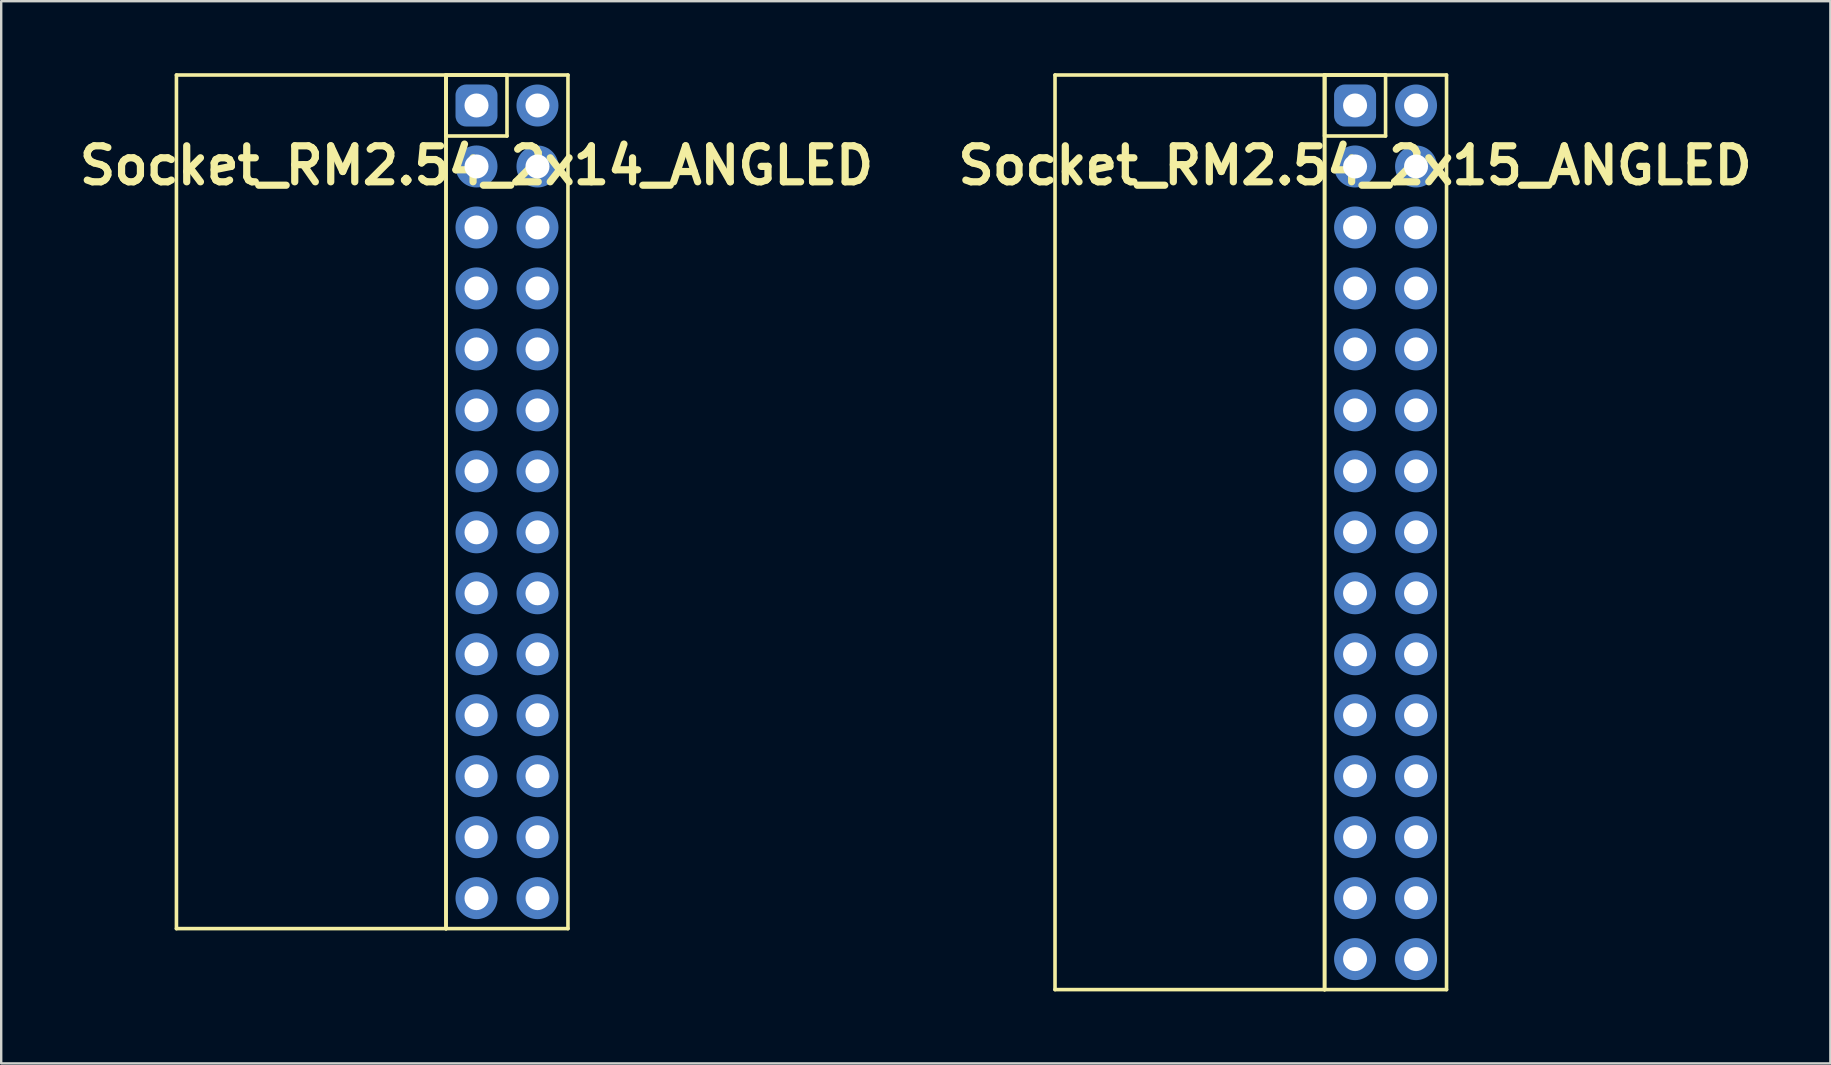
<source format=kicad_pcb>
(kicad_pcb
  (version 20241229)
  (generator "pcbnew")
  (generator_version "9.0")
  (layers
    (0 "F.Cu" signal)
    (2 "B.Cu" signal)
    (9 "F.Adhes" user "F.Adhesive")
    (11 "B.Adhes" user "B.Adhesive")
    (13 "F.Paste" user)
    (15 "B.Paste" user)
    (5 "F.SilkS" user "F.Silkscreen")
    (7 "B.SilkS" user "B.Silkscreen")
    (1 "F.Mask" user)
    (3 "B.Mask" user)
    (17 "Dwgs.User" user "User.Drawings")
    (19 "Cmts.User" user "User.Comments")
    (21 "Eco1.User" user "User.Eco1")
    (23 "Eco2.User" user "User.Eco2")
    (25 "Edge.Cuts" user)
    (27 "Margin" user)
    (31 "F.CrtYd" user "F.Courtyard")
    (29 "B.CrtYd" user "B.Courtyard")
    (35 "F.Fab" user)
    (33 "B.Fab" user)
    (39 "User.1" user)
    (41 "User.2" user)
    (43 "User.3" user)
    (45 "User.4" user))
  (footprint "Socket_RM2.54_2x15_ANGLED"
    (layer "F.Cu")
    (at 53.4 1.345)
    (property "Reference" "Socket_RM2.54_2x15_ANGLED" (at 0 2.5 0) (layer "F.SilkS") (effects (font (size 1.5 1.5) (thickness 0.3))))
    (attr through_hole)
    (fp_line (start -12.5 -1.27) (end -1.27 -1.27) (stroke (width 0.15) (type solid)) (layer "F.SilkS"))
    (fp_line (start -12.5 36.83) (end -12.5 -1.27) (stroke (width 0.15) (type solid)) (layer "F.SilkS"))
    (fp_line (start -1.27 -1.27) (end -1.27 36.83) (stroke (width 0.15) (type solid)) (layer "F.SilkS"))
    (fp_line (start -1.27 -1.27) (end 1.27 -1.27) (stroke (width 0.15) (type solid)) (layer "F.SilkS"))
    (fp_line (start -1.27 -1.27) (end 3.81 -1.27) (stroke (width 0.15) (type solid)) (layer "F.SilkS"))
    (fp_line (start -1.27 1.27) (end -1.27 -1.27) (stroke (width 0.15) (type solid)) (layer "F.SilkS"))
    (fp_line (start -1.27 36.83) (end -12.5 36.83) (stroke (width 0.15) (type solid)) (layer "F.SilkS"))
    (fp_line (start -1.27 36.83) (end -1.27 -1.27) (stroke (width 0.15) (type solid)) (layer "F.SilkS"))
    (fp_line (start 1.27 -1.27) (end 1.27 1.27) (stroke (width 0.15) (type solid)) (layer "F.SilkS"))
    (fp_line (start 1.27 1.27) (end -1.27 1.27) (stroke (width 0.15) (type solid)) (layer "F.SilkS"))
    (fp_line (start 3.81 -1.27) (end 3.81 36.83) (stroke (width 0.15) (type solid)) (layer "F.SilkS"))
    (fp_line (start 3.81 36.83) (end -1.27 36.83) (stroke (width 0.15) (type solid)) (layer "F.SilkS"))
    (pad "1" thru_hole circle (at 0 0) (size 1.3 1.3) (drill 1) (layers "*.Cu" "*.Mask"))
    (pad "1" smd roundrect (at 0 0) (size 1.5 1.5) (layers "F.Cu" "F.Mask") (roundrect_rratio 0.25))
    (pad "1" smd roundrect (at 0 0) (size 1.75 1.75) (layers "B.Cu" "B.Mask") (roundrect_rratio 0.25))
    (pad "2" thru_hole circle (at 2.54 0) (size 1.3 1.3) (drill 1) (layers "*.Cu" "*.Mask"))
    (pad "2" smd circle (at 2.54 0) (size 1.5 1.5) (layers "F.Cu" "F.Mask"))
    (pad "2" smd circle (at 2.54 0) (size 1.75 1.75) (layers "B.Cu" "B.Mask"))
    (pad "3" thru_hole circle (at 0 2.54) (size 1.3 1.3) (drill 1) (layers "*.Cu" "*.Mask"))
    (pad "3" smd circle (at 0 2.54) (size 1.5 1.5) (layers "F.Cu" "F.Mask"))
    (pad "3" smd circle (at 0 2.54) (size 1.75 1.75) (layers "B.Cu" "B.Mask"))
    (pad "4" thru_hole circle (at 2.54 2.54) (size 1.3 1.3) (drill 1) (layers "*.Cu" "*.Mask"))
    (pad "4" smd circle (at 2.54 2.54) (size 1.5 1.5) (layers "F.Cu" "F.Mask"))
    (pad "4" smd circle (at 2.54 2.54) (size 1.75 1.75) (layers "B.Cu" "B.Mask"))
    (pad "5" thru_hole circle (at 0 5.08) (size 1.3 1.3) (drill 1) (layers "*.Cu" "*.Mask"))
    (pad "5" smd circle (at 0 5.08) (size 1.5 1.5) (layers "F.Cu" "F.Mask"))
    (pad "5" smd circle (at 0 5.08) (size 1.75 1.75) (layers "B.Cu" "B.Mask"))
    (pad "6" thru_hole circle (at 2.54 5.08) (size 1.3 1.3) (drill 1) (layers "*.Cu" "*.Mask"))
    (pad "6" smd circle (at 2.54 5.08) (size 1.5 1.5) (layers "F.Cu" "F.Mask"))
    (pad "6" smd circle (at 2.54 5.08) (size 1.75 1.75) (layers "B.Cu" "B.Mask"))
    (pad "7" thru_hole circle (at 0 7.62) (size 1.3 1.3) (drill 1) (layers "*.Cu" "*.Mask"))
    (pad "7" smd circle (at 0 7.62) (size 1.5 1.5) (layers "F.Cu" "F.Mask"))
    (pad "7" smd circle (at 0 7.62) (size 1.75 1.75) (layers "B.Cu" "B.Mask"))
    (pad "8" thru_hole circle (at 2.54 7.62) (size 1.3 1.3) (drill 1) (layers "*.Cu" "*.Mask"))
    (pad "8" smd circle (at 2.54 7.62) (size 1.5 1.5) (layers "F.Cu" "F.Mask"))
    (pad "8" smd circle (at 2.54 7.62) (size 1.75 1.75) (layers "B.Cu" "B.Mask"))
    (pad "9" thru_hole circle (at 0 10.16) (size 1.3 1.3) (drill 1) (layers "*.Cu" "*.Mask"))
    (pad "9" smd circle (at 0 10.16) (size 1.5 1.5) (layers "F.Cu" "F.Mask"))
    (pad "9" smd circle (at 0 10.16) (size 1.75 1.75) (layers "B.Cu" "B.Mask"))
    (pad "10" thru_hole circle (at 2.54 10.16) (size 1.3 1.3) (drill 1) (layers "*.Cu" "*.Mask"))
    (pad "10" smd circle (at 2.54 10.16) (size 1.5 1.5) (layers "F.Cu" "F.Mask"))
    (pad "10" smd circle (at 2.54 10.16) (size 1.75 1.75) (layers "B.Cu" "B.Mask"))
    (pad "11" thru_hole circle (at 0 12.7) (size 1.3 1.3) (drill 1) (layers "*.Cu" "*.Mask"))
    (pad "11" smd circle (at 0 12.7) (size 1.5 1.5) (layers "F.Cu" "F.Mask"))
    (pad "11" smd circle (at 0 12.7) (size 1.75 1.75) (layers "B.Cu" "B.Mask"))
    (pad "12" thru_hole circle (at 2.54 12.7) (size 1.3 1.3) (drill 1) (layers "*.Cu" "*.Mask"))
    (pad "12" smd circle (at 2.54 12.7) (size 1.5 1.5) (layers "F.Cu" "F.Mask"))
    (pad "12" smd circle (at 2.54 12.7) (size 1.75 1.75) (layers "B.Cu" "B.Mask"))
    (pad "13" thru_hole circle (at 0 15.24) (size 1.3 1.3) (drill 1) (layers "*.Cu" "*.Mask"))
    (pad "13" smd circle (at 0 15.24) (size 1.5 1.5) (layers "F.Cu" "F.Mask"))
    (pad "13" smd circle (at 0 15.24) (size 1.75 1.75) (layers "B.Cu" "B.Mask"))
    (pad "14" thru_hole circle (at 2.54 15.24) (size 1.3 1.3) (drill 1) (layers "*.Cu" "*.Mask"))
    (pad "14" smd circle (at 2.54 15.24) (size 1.5 1.5) (layers "F.Cu" "F.Mask"))
    (pad "14" smd circle (at 2.54 15.24) (size 1.75 1.75) (layers "B.Cu" "B.Mask"))
    (pad "15" thru_hole circle (at 0 17.78) (size 1.3 1.3) (drill 1) (layers "*.Cu" "*.Mask"))
    (pad "15" smd circle (at 0 17.78) (size 1.5 1.5) (layers "F.Cu" "F.Mask"))
    (pad "15" smd circle (at 0 17.78) (size 1.75 1.75) (layers "B.Cu" "B.Mask"))
    (pad "16" thru_hole circle (at 2.54 17.78) (size 1.3 1.3) (drill 1) (layers "*.Cu" "*.Mask"))
    (pad "16" smd circle (at 2.54 17.78) (size 1.5 1.5) (layers "F.Cu" "F.Mask"))
    (pad "16" smd circle (at 2.54 17.78) (size 1.75 1.75) (layers "B.Cu" "B.Mask"))
    (pad "17" thru_hole circle (at 0 20.32) (size 1.3 1.3) (drill 1) (layers "*.Cu" "*.Mask"))
    (pad "17" smd circle (at 0 20.32) (size 1.5 1.5) (layers "F.Cu" "F.Mask"))
    (pad "17" smd circle (at 0 20.32) (size 1.75 1.75) (layers "B.Cu" "B.Mask"))
    (pad "18" thru_hole circle (at 2.54 20.32) (size 1.3 1.3) (drill 1) (layers "*.Cu" "*.Mask"))
    (pad "18" smd circle (at 2.54 20.32) (size 1.5 1.5) (layers "F.Cu" "F.Mask"))
    (pad "18" smd circle (at 2.54 20.32) (size 1.75 1.75) (layers "B.Cu" "B.Mask"))
    (pad "19" thru_hole circle (at 0 22.86) (size 1.3 1.3) (drill 1) (layers "*.Cu" "*.Mask"))
    (pad "19" smd circle (at 0 22.86) (size 1.5 1.5) (layers "F.Cu" "F.Mask"))
    (pad "19" smd circle (at 0 22.86) (size 1.75 1.75) (layers "B.Cu" "B.Mask"))
    (pad "20" thru_hole circle (at 2.54 22.86) (size 1.3 1.3) (drill 1) (layers "*.Cu" "*.Mask"))
    (pad "20" smd circle (at 2.54 22.86) (size 1.5 1.5) (layers "F.Cu" "F.Mask"))
    (pad "20" smd circle (at 2.54 22.86) (size 1.75 1.75) (layers "B.Cu" "B.Mask"))
    (pad "21" thru_hole circle (at 0 25.4) (size 1.3 1.3) (drill 1) (layers "*.Cu" "*.Mask"))
    (pad "21" smd circle (at 0 25.4) (size 1.5 1.5) (layers "F.Cu" "F.Mask"))
    (pad "21" smd circle (at 0 25.4) (size 1.75 1.75) (layers "B.Cu" "B.Mask"))
    (pad "22" thru_hole circle (at 2.54 25.4) (size 1.3 1.3) (drill 1) (layers "*.Cu" "*.Mask"))
    (pad "22" smd circle (at 2.54 25.4) (size 1.5 1.5) (layers "F.Cu" "F.Mask"))
    (pad "22" smd circle (at 2.54 25.4) (size 1.75 1.75) (layers "B.Cu" "B.Mask"))
    (pad "23" thru_hole circle (at 0 27.94) (size 1.3 1.3) (drill 1) (layers "*.Cu" "*.Mask"))
    (pad "23" smd circle (at 0 27.94) (size 1.5 1.5) (layers "F.Cu" "F.Mask"))
    (pad "23" smd circle (at 0 27.94) (size 1.75 1.75) (layers "B.Cu" "B.Mask"))
    (pad "24" thru_hole circle (at 2.54 27.94) (size 1.3 1.3) (drill 1) (layers "*.Cu" "*.Mask"))
    (pad "24" smd circle (at 2.54 27.94) (size 1.5 1.5) (layers "F.Cu" "F.Mask"))
    (pad "24" smd circle (at 2.54 27.94) (size 1.75 1.75) (layers "B.Cu" "B.Mask"))
    (pad "25" thru_hole circle (at 0 30.48) (size 1.3 1.3) (drill 1) (layers "*.Cu" "*.Mask"))
    (pad "25" smd circle (at 0 30.48) (size 1.5 1.5) (layers "F.Cu" "F.Mask"))
    (pad "25" smd circle (at 0 30.48) (size 1.75 1.75) (layers "B.Cu" "B.Mask"))
    (pad "26" thru_hole circle (at 2.54 30.48) (size 1.3 1.3) (drill 1) (layers "*.Cu" "*.Mask"))
    (pad "26" smd circle (at 2.54 30.48) (size 1.5 1.5) (layers "F.Cu" "F.Mask"))
    (pad "26" smd circle (at 2.54 30.48) (size 1.75 1.75) (layers "B.Cu" "B.Mask"))
    (pad "27" thru_hole circle (at 0 33.02) (size 1.3 1.3) (drill 1) (layers "*.Cu" "*.Mask"))
    (pad "27" smd circle (at 0 33.02) (size 1.5 1.5) (layers "F.Cu" "F.Mask"))
    (pad "27" smd circle (at 0 33.02) (size 1.75 1.75) (layers "B.Cu" "B.Mask"))
    (pad "28" thru_hole circle (at 2.54 33.02) (size 1.3 1.3) (drill 1) (layers "*.Cu" "*.Mask"))
    (pad "28" smd circle (at 2.54 33.02) (size 1.5 1.5) (layers "F.Cu" "F.Mask"))
    (pad "28" smd circle (at 2.54 33.02) (size 1.75 1.75) (layers "B.Cu" "B.Mask"))
    (pad "29" thru_hole circle (at 0 35.56) (size 1.3 1.3) (drill 1) (layers "*.Cu" "*.Mask"))
    (pad "29" smd circle (at 0 35.56) (size 1.5 1.5) (layers "F.Cu" "F.Mask"))
    (pad "29" smd circle (at 0 35.56) (size 1.75 1.75) (layers "B.Cu" "B.Mask"))
    (pad "30" thru_hole circle (at 2.54 35.56) (size 1.3 1.3) (drill 1) (layers "*.Cu" "*.Mask"))
    (pad "30" smd circle (at 2.54 35.56) (size 1.5 1.5) (layers "F.Cu" "F.Mask"))
    (pad "30" smd circle (at 2.54 35.56) (size 1.75 1.75) (layers "B.Cu" "B.Mask")))
  (footprint "Socket_RM2.54_2x14_ANGLED"
    (layer "F.Cu")
    (at 16.8 1.345)
    (property "Reference" "Socket_RM2.54_2x14_ANGLED" (at 0 2.5 0) (layer "F.SilkS") (effects (font (size 1.5 1.5) (thickness 0.3))))
    (attr through_hole)
    (fp_line (start -12.5 -1.27) (end -1.27 -1.27) (stroke (width 0.15) (type solid)) (layer "F.SilkS"))
    (fp_line (start -12.5 34.29) (end -12.5 -1.27) (stroke (width 0.15) (type solid)) (layer "F.SilkS"))
    (fp_line (start -1.27 -1.27) (end -1.27 34.29) (stroke (width 0.15) (type solid)) (layer "F.SilkS"))
    (fp_line (start -1.27 -1.27) (end 1.27 -1.27) (stroke (width 0.15) (type solid)) (layer "F.SilkS"))
    (fp_line (start -1.27 -1.27) (end 3.81 -1.27) (stroke (width 0.15) (type solid)) (layer "F.SilkS"))
    (fp_line (start -1.27 1.27) (end -1.27 -1.27) (stroke (width 0.15) (type solid)) (layer "F.SilkS"))
    (fp_line (start -1.27 34.29) (end -12.5 34.29) (stroke (width 0.15) (type solid)) (layer "F.SilkS"))
    (fp_line (start -1.27 34.29) (end -1.27 -1.27) (stroke (width 0.15) (type solid)) (layer "F.SilkS"))
    (fp_line (start 1.27 -1.27) (end 1.27 1.27) (stroke (width 0.15) (type solid)) (layer "F.SilkS"))
    (fp_line (start 1.27 1.27) (end -1.27 1.27) (stroke (width 0.15) (type solid)) (layer "F.SilkS"))
    (fp_line (start 3.81 -1.27) (end 3.81 34.29) (stroke (width 0.15) (type solid)) (layer "F.SilkS"))
    (fp_line (start 3.81 34.29) (end -1.27 34.29) (stroke (width 0.15) (type solid)) (layer "F.SilkS"))
    (pad "1" thru_hole circle (at 0 0) (size 1.3 1.3) (drill 1) (layers "*.Cu" "*.Mask"))
    (pad "1" smd roundrect (at 0 0) (size 1.5 1.5) (layers "F.Cu" "F.Mask") (roundrect_rratio 0.25))
    (pad "1" smd roundrect (at 0 0) (size 1.75 1.75) (layers "B.Cu" "B.Mask") (roundrect_rratio 0.25))
    (pad "2" thru_hole circle (at 2.54 0) (size 1.3 1.3) (drill 1) (layers "*.Cu" "*.Mask"))
    (pad "2" smd circle (at 2.54 0) (size 1.5 1.5) (layers "F.Cu" "F.Mask"))
    (pad "2" smd circle (at 2.54 0) (size 1.75 1.75) (layers "B.Cu" "B.Mask"))
    (pad "3" thru_hole circle (at 0 2.54) (size 1.3 1.3) (drill 1) (layers "*.Cu" "*.Mask"))
    (pad "3" smd circle (at 0 2.54) (size 1.5 1.5) (layers "F.Cu" "F.Mask"))
    (pad "3" smd circle (at 0 2.54) (size 1.75 1.75) (layers "B.Cu" "B.Mask"))
    (pad "4" thru_hole circle (at 2.54 2.54) (size 1.3 1.3) (drill 1) (layers "*.Cu" "*.Mask"))
    (pad "4" smd circle (at 2.54 2.54) (size 1.5 1.5) (layers "F.Cu" "F.Mask"))
    (pad "4" smd circle (at 2.54 2.54) (size 1.75 1.75) (layers "B.Cu" "B.Mask"))
    (pad "5" thru_hole circle (at 0 5.08) (size 1.3 1.3) (drill 1) (layers "*.Cu" "*.Mask"))
    (pad "5" smd circle (at 0 5.08) (size 1.5 1.5) (layers "F.Cu" "F.Mask"))
    (pad "5" smd circle (at 0 5.08) (size 1.75 1.75) (layers "B.Cu" "B.Mask"))
    (pad "6" thru_hole circle (at 2.54 5.08) (size 1.3 1.3) (drill 1) (layers "*.Cu" "*.Mask"))
    (pad "6" smd circle (at 2.54 5.08) (size 1.5 1.5) (layers "F.Cu" "F.Mask"))
    (pad "6" smd circle (at 2.54 5.08) (size 1.75 1.75) (layers "B.Cu" "B.Mask"))
    (pad "7" thru_hole circle (at 0 7.62) (size 1.3 1.3) (drill 1) (layers "*.Cu" "*.Mask"))
    (pad "7" smd circle (at 0 7.62) (size 1.5 1.5) (layers "F.Cu" "F.Mask"))
    (pad "7" smd circle (at 0 7.62) (size 1.75 1.75) (layers "B.Cu" "B.Mask"))
    (pad "8" thru_hole circle (at 2.54 7.62) (size 1.3 1.3) (drill 1) (layers "*.Cu" "*.Mask"))
    (pad "8" smd circle (at 2.54 7.62) (size 1.5 1.5) (layers "F.Cu" "F.Mask"))
    (pad "8" smd circle (at 2.54 7.62) (size 1.75 1.75) (layers "B.Cu" "B.Mask"))
    (pad "9" thru_hole circle (at 0 10.16) (size 1.3 1.3) (drill 1) (layers "*.Cu" "*.Mask"))
    (pad "9" smd circle (at 0 10.16) (size 1.5 1.5) (layers "F.Cu" "F.Mask"))
    (pad "9" smd circle (at 0 10.16) (size 1.75 1.75) (layers "B.Cu" "B.Mask"))
    (pad "10" thru_hole circle (at 2.54 10.16) (size 1.3 1.3) (drill 1) (layers "*.Cu" "*.Mask"))
    (pad "10" smd circle (at 2.54 10.16) (size 1.5 1.5) (layers "F.Cu" "F.Mask"))
    (pad "10" smd circle (at 2.54 10.16) (size 1.75 1.75) (layers "B.Cu" "B.Mask"))
    (pad "11" thru_hole circle (at 0 12.7) (size 1.3 1.3) (drill 1) (layers "*.Cu" "*.Mask"))
    (pad "11" smd circle (at 0 12.7) (size 1.5 1.5) (layers "F.Cu" "F.Mask"))
    (pad "11" smd circle (at 0 12.7) (size 1.75 1.75) (layers "B.Cu" "B.Mask"))
    (pad "12" thru_hole circle (at 2.54 12.7) (size 1.3 1.3) (drill 1) (layers "*.Cu" "*.Mask"))
    (pad "12" smd circle (at 2.54 12.7) (size 1.5 1.5) (layers "F.Cu" "F.Mask"))
    (pad "12" smd circle (at 2.54 12.7) (size 1.75 1.75) (layers "B.Cu" "B.Mask"))
    (pad "13" thru_hole circle (at 0 15.24) (size 1.3 1.3) (drill 1) (layers "*.Cu" "*.Mask"))
    (pad "13" smd circle (at 0 15.24) (size 1.5 1.5) (layers "F.Cu" "F.Mask"))
    (pad "13" smd circle (at 0 15.24) (size 1.75 1.75) (layers "B.Cu" "B.Mask"))
    (pad "14" thru_hole circle (at 2.54 15.24) (size 1.3 1.3) (drill 1) (layers "*.Cu" "*.Mask"))
    (pad "14" smd circle (at 2.54 15.24) (size 1.5 1.5) (layers "F.Cu" "F.Mask"))
    (pad "14" smd circle (at 2.54 15.24) (size 1.75 1.75) (layers "B.Cu" "B.Mask"))
    (pad "15" thru_hole circle (at 0 17.78) (size 1.3 1.3) (drill 1) (layers "*.Cu" "*.Mask"))
    (pad "15" smd circle (at 0 17.78) (size 1.5 1.5) (layers "F.Cu" "F.Mask"))
    (pad "15" smd circle (at 0 17.78) (size 1.75 1.75) (layers "B.Cu" "B.Mask"))
    (pad "16" thru_hole circle (at 2.54 17.78) (size 1.3 1.3) (drill 1) (layers "*.Cu" "*.Mask"))
    (pad "16" smd circle (at 2.54 17.78) (size 1.5 1.5) (layers "F.Cu" "F.Mask"))
    (pad "16" smd circle (at 2.54 17.78) (size 1.75 1.75) (layers "B.Cu" "B.Mask"))
    (pad "17" thru_hole circle (at 0 20.32) (size 1.3 1.3) (drill 1) (layers "*.Cu" "*.Mask"))
    (pad "17" smd circle (at 0 20.32) (size 1.5 1.5) (layers "F.Cu" "F.Mask"))
    (pad "17" smd circle (at 0 20.32) (size 1.75 1.75) (layers "B.Cu" "B.Mask"))
    (pad "18" thru_hole circle (at 2.54 20.32) (size 1.3 1.3) (drill 1) (layers "*.Cu" "*.Mask"))
    (pad "18" smd circle (at 2.54 20.32) (size 1.5 1.5) (layers "F.Cu" "F.Mask"))
    (pad "18" smd circle (at 2.54 20.32) (size 1.75 1.75) (layers "B.Cu" "B.Mask"))
    (pad "19" thru_hole circle (at 0 22.86) (size 1.3 1.3) (drill 1) (layers "*.Cu" "*.Mask"))
    (pad "19" smd circle (at 0 22.86) (size 1.5 1.5) (layers "F.Cu" "F.Mask"))
    (pad "19" smd circle (at 0 22.86) (size 1.75 1.75) (layers "B.Cu" "B.Mask"))
    (pad "20" thru_hole circle (at 2.54 22.86) (size 1.3 1.3) (drill 1) (layers "*.Cu" "*.Mask"))
    (pad "20" smd circle (at 2.54 22.86) (size 1.5 1.5) (layers "F.Cu" "F.Mask"))
    (pad "20" smd circle (at 2.54 22.86) (size 1.75 1.75) (layers "B.Cu" "B.Mask"))
    (pad "21" thru_hole circle (at 0 25.4) (size 1.3 1.3) (drill 1) (layers "*.Cu" "*.Mask"))
    (pad "21" smd circle (at 0 25.4) (size 1.5 1.5) (layers "F.Cu" "F.Mask"))
    (pad "21" smd circle (at 0 25.4) (size 1.75 1.75) (layers "B.Cu" "B.Mask"))
    (pad "22" thru_hole circle (at 2.54 25.4) (size 1.3 1.3) (drill 1) (layers "*.Cu" "*.Mask"))
    (pad "22" smd circle (at 2.54 25.4) (size 1.5 1.5) (layers "F.Cu" "F.Mask"))
    (pad "22" smd circle (at 2.54 25.4) (size 1.75 1.75) (layers "B.Cu" "B.Mask"))
    (pad "23" thru_hole circle (at 0 27.94) (size 1.3 1.3) (drill 1) (layers "*.Cu" "*.Mask"))
    (pad "23" smd circle (at 0 27.94) (size 1.5 1.5) (layers "F.Cu" "F.Mask"))
    (pad "23" smd circle (at 0 27.94) (size 1.75 1.75) (layers "B.Cu" "B.Mask"))
    (pad "24" thru_hole circle (at 2.54 27.94) (size 1.3 1.3) (drill 1) (layers "*.Cu" "*.Mask"))
    (pad "24" smd circle (at 2.54 27.94) (size 1.5 1.5) (layers "F.Cu" "F.Mask"))
    (pad "24" smd circle (at 2.54 27.94) (size 1.75 1.75) (layers "B.Cu" "B.Mask"))
    (pad "25" thru_hole circle (at 0 30.48) (size 1.3 1.3) (drill 1) (layers "*.Cu" "*.Mask"))
    (pad "25" smd circle (at 0 30.48) (size 1.5 1.5) (layers "F.Cu" "F.Mask"))
    (pad "25" smd circle (at 0 30.48) (size 1.75 1.75) (layers "B.Cu" "B.Mask"))
    (pad "26" thru_hole circle (at 2.54 30.48) (size 1.3 1.3) (drill 1) (layers "*.Cu" "*.Mask"))
    (pad "26" smd circle (at 2.54 30.48) (size 1.5 1.5) (layers "F.Cu" "F.Mask"))
    (pad "26" smd circle (at 2.54 30.48) (size 1.75 1.75) (layers "B.Cu" "B.Mask"))
    (pad "27" thru_hole circle (at 0 33.02) (size 1.3 1.3) (drill 1) (layers "*.Cu" "*.Mask"))
    (pad "27" smd circle (at 0 33.02) (size 1.5 1.5) (layers "F.Cu" "F.Mask"))
    (pad "27" smd circle (at 0 33.02) (size 1.75 1.75) (layers "B.Cu" "B.Mask"))
    (pad "28" thru_hole circle (at 2.54 33.02) (size 1.3 1.3) (drill 1) (layers "*.Cu" "*.Mask"))
    (pad "28" smd circle (at 2.54 33.02) (size 1.5 1.5) (layers "F.Cu" "F.Mask"))
    (pad "28" smd circle (at 2.54 33.02) (size 1.75 1.75) (layers "B.Cu" "B.Mask")))
  (gr_rect
    (start -3 -3)
    (end 73.2 41.25)
    (stroke (width 0.1) (type default))
    (fill no)
    (layer "Edge.Cuts")))
</source>
